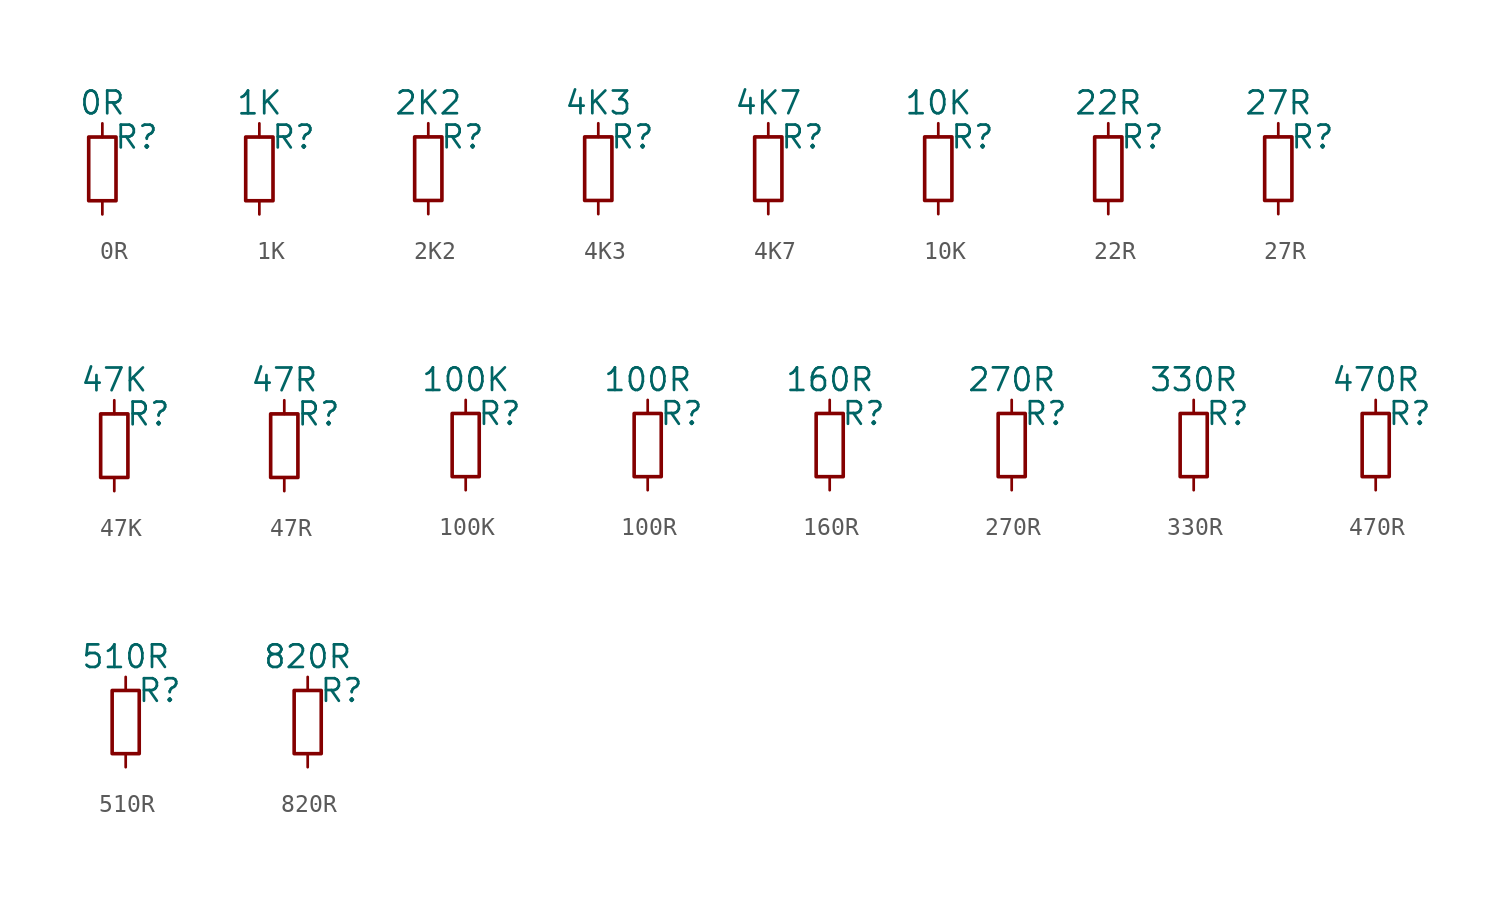
<source format=kicad_sym>
(kicad_symbol_lib
  (version 20241209)
  (generator "kicad_symbol_editor")
  (generator_version "9.0")
  (symbol "0R"
    (pin_numbers
      (hide yes))
    (pin_names
      (offset 0)
      (hide yes))
    (property "Reference" "R"
      (at 1.905 1.651 0)
      (effects (font (size 1.27 1.27))))
    (property "Value" "0R"
      (at 0 3.556 0)
      (effects (font (size 1.27 1.27))))
    (symbol "0R_1_1"
      (rectangle (start -0.762 1.651) (end 0.762 -1.905) (stroke (width 0.203) (type solid)) (fill (type none)))
      (pin passive line (at 0 2.413 270) (length 0.762) (name "~" (effects (font (size 1.27 1.27)))) (number "1" (effects (font (size 1.27 1.27)))))
      (pin passive line (at 0 -2.667 90) (length 0.762) (name "~" (effects (font (size 1.27 1.27)))) (number "2" (effects (font (size 1.27 1.27)))))))
  (symbol "1K"
    (pin_numbers
      (hide yes))
    (pin_names
      (offset 0)
      (hide yes))
    (property "Reference" "R"
      (at 1.905 1.651 0)
      (effects (font (size 1.27 1.27))))
    (property "Value" "1K"
      (at 0 3.556 0)
      (effects (font (size 1.27 1.27))))
    (symbol "1K_1_1"
      (rectangle (start -0.762 1.651) (end 0.762 -1.905) (stroke (width 0.203) (type solid)) (fill (type none)))
      (pin passive line (at 0 2.413 270) (length 0.762) (name "~" (effects (font (size 1.27 1.27)))) (number "1" (effects (font (size 1.27 1.27)))))
      (pin passive line (at 0 -2.667 90) (length 0.762) (name "~" (effects (font (size 1.27 1.27)))) (number "2" (effects (font (size 1.27 1.27)))))))
  (symbol "2K2"
    (pin_numbers
      (hide yes))
    (pin_names
      (offset 0)
      (hide yes))
    (property "Reference" "R"
      (at 1.905 1.651 0)
      (effects (font (size 1.27 1.27))))
    (property "Value" "2K2"
      (at 0 3.556 0)
      (effects (font (size 1.27 1.27))))
    (symbol "2K2_1_1"
      (rectangle (start -0.762 1.651) (end 0.762 -1.905) (stroke (width 0.203) (type solid)) (fill (type none)))
      (pin passive line (at 0 2.413 270) (length 0.762) (name "~" (effects (font (size 1.27 1.27)))) (number "1" (effects (font (size 1.27 1.27)))))
      (pin passive line (at 0 -2.667 90) (length 0.762) (name "~" (effects (font (size 1.27 1.27)))) (number "2" (effects (font (size 1.27 1.27)))))))
  (symbol "4K3"
    (pin_numbers
      (hide yes))
    (pin_names
      (offset 0)
      (hide yes))
    (property "Reference" "R"
      (at 1.905 1.651 0)
      (effects (font (size 1.27 1.27))))
    (property "Value" "4K3"
      (at 0 3.556 0)
      (effects (font (size 1.27 1.27))))
    (symbol "4K3_1_1"
      (rectangle (start -0.762 1.651) (end 0.762 -1.905) (stroke (width 0.203) (type solid)) (fill (type none)))
      (pin passive line (at 0 2.413 270) (length 0.762) (name "~" (effects (font (size 1.27 1.27)))) (number "1" (effects (font (size 1.27 1.27)))))
      (pin passive line (at 0 -2.667 90) (length 0.762) (name "~" (effects (font (size 1.27 1.27)))) (number "2" (effects (font (size 1.27 1.27)))))))
  (symbol "4K7"
    (pin_numbers
      (hide yes))
    (pin_names
      (offset 0)
      (hide yes))
    (property "Reference" "R"
      (at 1.905 1.651 0)
      (effects (font (size 1.27 1.27))))
    (property "Value" "4K7"
      (at 0 3.556 0)
      (effects (font (size 1.27 1.27))))
    (symbol "4K7_1_1"
      (rectangle (start -0.762 1.651) (end 0.762 -1.905) (stroke (width 0.203) (type solid)) (fill (type none)))
      (pin passive line (at 0 2.413 270) (length 0.762) (name "~" (effects (font (size 1.27 1.27)))) (number "1" (effects (font (size 1.27 1.27)))))
      (pin passive line (at 0 -2.667 90) (length 0.762) (name "~" (effects (font (size 1.27 1.27)))) (number "2" (effects (font (size 1.27 1.27)))))))
  (symbol "10K"
    (pin_numbers
      (hide yes))
    (pin_names
      (offset 0)
      (hide yes))
    (property "Reference" "R"
      (at 1.905 1.651 0)
      (effects (font (size 1.27 1.27))))
    (property "Value" "10K"
      (at 0 3.556 0)
      (effects (font (size 1.27 1.27))))
    (symbol "10K_1_1"
      (rectangle (start -0.762 1.651) (end 0.762 -1.905) (stroke (width 0.203) (type solid)) (fill (type none)))
      (pin passive line (at 0 2.413 270) (length 0.762) (name "~" (effects (font (size 1.27 1.27)))) (number "1" (effects (font (size 1.27 1.27)))))
      (pin passive line (at 0 -2.667 90) (length 0.762) (name "~" (effects (font (size 1.27 1.27)))) (number "2" (effects (font (size 1.27 1.27)))))))
  (symbol "22R"
    (pin_numbers
      (hide yes))
    (pin_names
      (offset 0)
      (hide yes))
    (property "Reference" "R"
      (at 1.905 1.651 0)
      (effects (font (size 1.27 1.27))))
    (property "Value" "22R"
      (at 0 3.556 0)
      (effects (font (size 1.27 1.27))))
    (symbol "22R_1_1"
      (rectangle (start -0.762 1.651) (end 0.762 -1.905) (stroke (width 0.203) (type solid)) (fill (type none)))
      (pin passive line (at 0 2.413 270) (length 0.762) (name "~" (effects (font (size 1.27 1.27)))) (number "1" (effects (font (size 1.27 1.27)))))
      (pin passive line (at 0 -2.667 90) (length 0.762) (name "~" (effects (font (size 1.27 1.27)))) (number "2" (effects (font (size 1.27 1.27)))))))
  (symbol "27R"
    (pin_numbers
      (hide yes))
    (pin_names
      (offset 0)
      (hide yes))
    (property "Reference" "R"
      (at 1.905 1.651 0)
      (effects (font (size 1.27 1.27))))
    (property "Value" "27R"
      (at 0 3.556 0)
      (effects (font (size 1.27 1.27))))
    (symbol "27R_1_1"
      (rectangle (start -0.762 1.651) (end 0.762 -1.905) (stroke (width 0.203) (type solid)) (fill (type none)))
      (pin passive line (at 0 2.413 270) (length 0.762) (name "~" (effects (font (size 1.27 1.27)))) (number "1" (effects (font (size 1.27 1.27)))))
      (pin passive line (at 0 -2.667 90) (length 0.762) (name "~" (effects (font (size 1.27 1.27)))) (number "2" (effects (font (size 1.27 1.27)))))))
  (symbol "47K"
    (pin_numbers
      (hide yes))
    (pin_names
      (offset 0)
      (hide yes))
    (property "Reference" "R"
      (at 1.905 1.651 0)
      (effects (font (size 1.27 1.27))))
    (property "Value" "47K"
      (at 0 3.556 0)
      (effects (font (size 1.27 1.27))))
    (symbol "47K_1_1"
      (rectangle (start -0.762 1.651) (end 0.762 -1.905) (stroke (width 0.203) (type solid)) (fill (type none)))
      (pin passive line (at 0 2.413 270) (length 0.762) (name "~" (effects (font (size 1.27 1.27)))) (number "1" (effects (font (size 1.27 1.27)))))
      (pin passive line (at 0 -2.667 90) (length 0.762) (name "~" (effects (font (size 1.27 1.27)))) (number "2" (effects (font (size 1.27 1.27)))))))
  (symbol "47R"
    (pin_numbers
      (hide yes))
    (pin_names
      (offset 0)
      (hide yes))
    (property "Reference" "R"
      (at 1.905 1.651 0)
      (effects (font (size 1.27 1.27))))
    (property "Value" "47R"
      (at 0 3.556 0)
      (effects (font (size 1.27 1.27))))
    (symbol "47R_1_1"
      (rectangle (start -0.762 1.651) (end 0.762 -1.905) (stroke (width 0.203) (type solid)) (fill (type none)))
      (pin passive line (at 0 2.413 270) (length 0.762) (name "~" (effects (font (size 1.27 1.27)))) (number "1" (effects (font (size 1.27 1.27)))))
      (pin passive line (at 0 -2.667 90) (length 0.762) (name "~" (effects (font (size 1.27 1.27)))) (number "2" (effects (font (size 1.27 1.27)))))))
  (symbol "100K"
    (pin_numbers
      (hide yes))
    (pin_names
      (offset 0)
      (hide yes))
    (property "Reference" "R"
      (at 1.905 1.651 0)
      (effects (font (size 1.27 1.27))))
    (property "Value" "100K"
      (at 0 3.556 0)
      (effects (font (size 1.27 1.27))))
    (symbol "100K_1_1"
      (rectangle (start -0.762 1.651) (end 0.762 -1.905) (stroke (width 0.203) (type solid)) (fill (type none)))
      (pin passive line (at 0 2.413 270) (length 0.762) (name "~" (effects (font (size 1.27 1.27)))) (number "1" (effects (font (size 1.27 1.27)))))
      (pin passive line (at 0 -2.667 90) (length 0.762) (name "~" (effects (font (size 1.27 1.27)))) (number "2" (effects (font (size 1.27 1.27)))))))
  (symbol "100R"
    (pin_numbers
      (hide yes))
    (pin_names
      (offset 0)
      (hide yes))
    (property "Reference" "R"
      (at 1.905 1.651 0)
      (effects (font (size 1.27 1.27))))
    (property "Value" "100R"
      (at 0 3.556 0)
      (effects (font (size 1.27 1.27))))
    (symbol "100R_1_1"
      (rectangle (start -0.762 1.651) (end 0.762 -1.905) (stroke (width 0.203) (type solid)) (fill (type none)))
      (pin passive line (at 0 2.413 270) (length 0.762) (name "~" (effects (font (size 1.27 1.27)))) (number "1" (effects (font (size 1.27 1.27)))))
      (pin passive line (at 0 -2.667 90) (length 0.762) (name "~" (effects (font (size 1.27 1.27)))) (number "2" (effects (font (size 1.27 1.27)))))))
  (symbol "160R"
    (pin_numbers
      (hide yes))
    (pin_names
      (offset 0)
      (hide yes))
    (property "Reference" "R"
      (at 1.905 1.651 0)
      (effects (font (size 1.27 1.27))))
    (property "Value" "160R"
      (at 0 3.556 0)
      (effects (font (size 1.27 1.27))))
    (symbol "160R_1_1"
      (rectangle (start -0.762 1.651) (end 0.762 -1.905) (stroke (width 0.203) (type solid)) (fill (type none)))
      (pin passive line (at 0 2.413 270) (length 0.762) (name "~" (effects (font (size 1.27 1.27)))) (number "1" (effects (font (size 1.27 1.27)))))
      (pin passive line (at 0 -2.667 90) (length 0.762) (name "~" (effects (font (size 1.27 1.27)))) (number "2" (effects (font (size 1.27 1.27)))))))
  (symbol "270R"
    (pin_numbers
      (hide yes))
    (pin_names
      (offset 0)
      (hide yes))
    (property "Reference" "R"
      (at 1.905 1.651 0)
      (effects (font (size 1.27 1.27))))
    (property "Value" "270R"
      (at 0 3.556 0)
      (effects (font (size 1.27 1.27))))
    (symbol "270R_1_1"
      (rectangle (start -0.762 1.651) (end 0.762 -1.905) (stroke (width 0.203) (type solid)) (fill (type none)))
      (pin passive line (at 0 2.413 270) (length 0.762) (name "~" (effects (font (size 1.27 1.27)))) (number "1" (effects (font (size 1.27 1.27)))))
      (pin passive line (at 0 -2.667 90) (length 0.762) (name "~" (effects (font (size 1.27 1.27)))) (number "2" (effects (font (size 1.27 1.27)))))))
  (symbol "330R"
    (pin_numbers
      (hide yes))
    (pin_names
      (offset 0)
      (hide yes))
    (property "Reference" "R"
      (at 1.905 1.651 0)
      (effects (font (size 1.27 1.27))))
    (property "Value" "330R"
      (at 0 3.556 0)
      (effects (font (size 1.27 1.27))))
    (symbol "330R_1_1"
      (rectangle (start -0.762 1.651) (end 0.762 -1.905) (stroke (width 0.203) (type solid)) (fill (type none)))
      (pin passive line (at 0 2.413 270) (length 0.762) (name "~" (effects (font (size 1.27 1.27)))) (number "1" (effects (font (size 1.27 1.27)))))
      (pin passive line (at 0 -2.667 90) (length 0.762) (name "~" (effects (font (size 1.27 1.27)))) (number "2" (effects (font (size 1.27 1.27)))))))
  (symbol "470R"
    (pin_numbers
      (hide yes))
    (pin_names
      (offset 0)
      (hide yes))
    (property "Reference" "R"
      (at 1.905 1.651 0)
      (effects (font (size 1.27 1.27))))
    (property "Value" "470R"
      (at 0 3.556 0)
      (effects (font (size 1.27 1.27))))
    (symbol "470R_1_1"
      (rectangle (start -0.762 1.651) (end 0.762 -1.905) (stroke (width 0.203) (type solid)) (fill (type none)))
      (pin passive line (at 0 2.413 270) (length 0.762) (name "~" (effects (font (size 1.27 1.27)))) (number "1" (effects (font (size 1.27 1.27)))))
      (pin passive line (at 0 -2.667 90) (length 0.762) (name "~" (effects (font (size 1.27 1.27)))) (number "2" (effects (font (size 1.27 1.27)))))))
  (symbol "510R"
    (pin_numbers
      (hide yes))
    (pin_names
      (offset 0)
      (hide yes))
    (property "Reference" "R"
      (at 1.905 1.651 0)
      (effects (font (size 1.27 1.27))))
    (property "Value" "510R"
      (at 0 3.556 0)
      (effects (font (size 1.27 1.27))))
    (symbol "510R_1_1"
      (rectangle (start -0.762 1.651) (end 0.762 -1.905) (stroke (width 0.203) (type solid)) (fill (type none)))
      (pin passive line (at 0 2.413 270) (length 0.762) (name "~" (effects (font (size 1.27 1.27)))) (number "1" (effects (font (size 1.27 1.27)))))
      (pin passive line (at 0 -2.667 90) (length 0.762) (name "~" (effects (font (size 1.27 1.27)))) (number "2" (effects (font (size 1.27 1.27)))))))
  (symbol "820R"
    (pin_numbers
      (hide yes))
    (pin_names
      (offset 0)
      (hide yes))
    (property "Reference" "R"
      (at 1.905 1.651 0)
      (effects (font (size 1.27 1.27))))
    (property "Value" "820R"
      (at 0 3.556 0)
      (effects (font (size 1.27 1.27))))
    (symbol "820R_1_1"
      (rectangle (start -0.762 1.651) (end 0.762 -1.905) (stroke (width 0.203) (type solid)) (fill (type none)))
      (pin passive line (at 0 2.413 270) (length 0.762) (name "~" (effects (font (size 1.27 1.27)))) (number "1" (effects (font (size 1.27 1.27)))))
      (pin passive line (at 0 -2.667 90) (length 0.762) (name "~" (effects (font (size 1.27 1.27)))) (number "2" (effects (font (size 1.27 1.27))))))))
</source>
